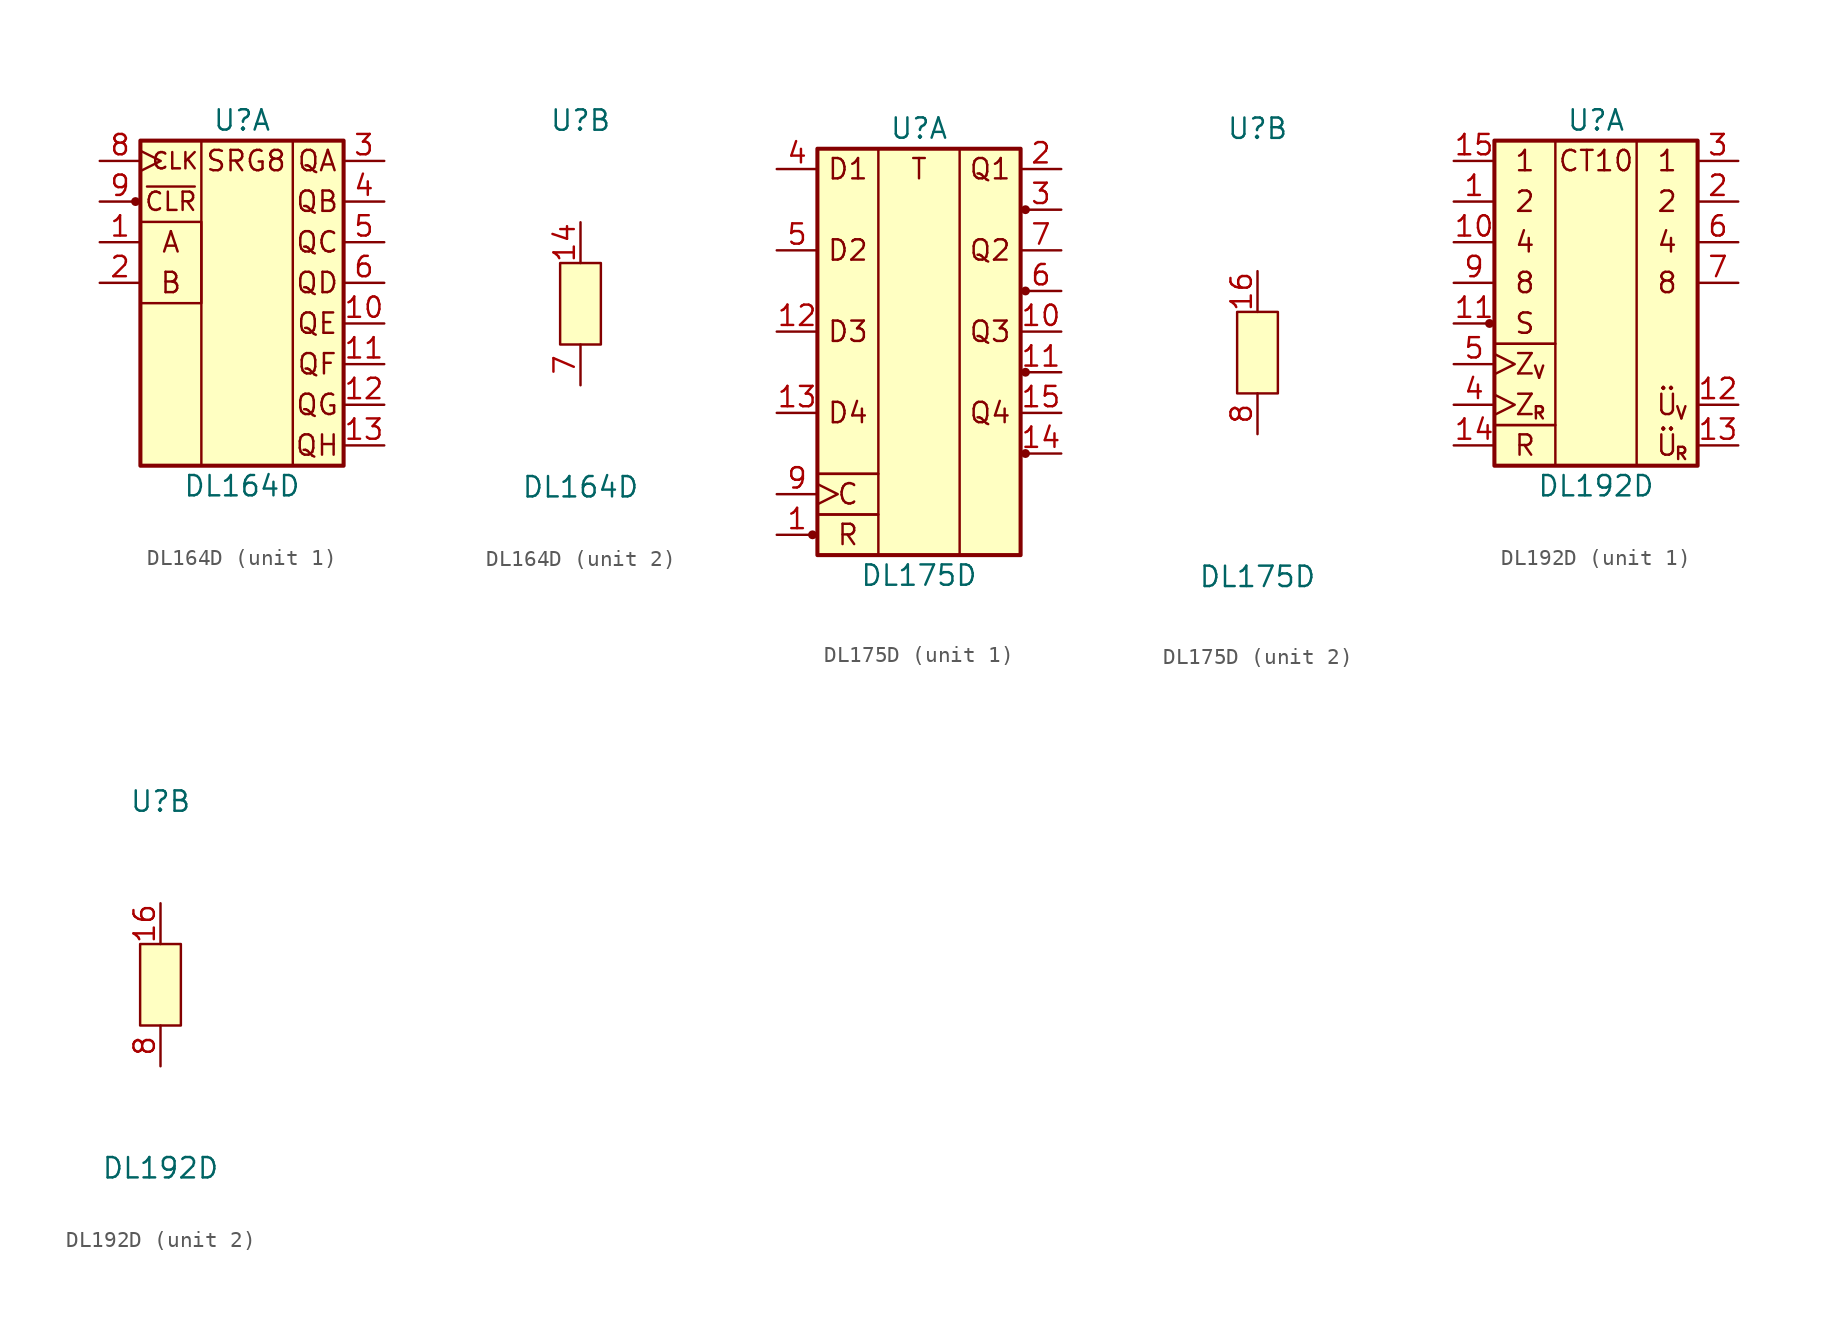
<source format=kicad_sym>
(kicad_symbol_lib
  (version 20211014)
  (generator kicad_symbol_editor)
  (symbol "DL164D"
    (pin_names
      (offset 1.016) hide)
    (property "Reference" "U"
      (at 0 11.43 0)
      (effects (font (size 1.27 1.27))))
    (property "Value" "DL164D"
      (at 0 -11.43 0)
      (effects (font (size 1.27 1.27))))
    (property "ki_locked" ""
      (at 0 0 0)
      (effects (font (size 1.27 1.27))))
    (symbol "DL164D_1_1"
      (circle (center -6.655 6.35) (radius 0.203) (stroke (width 0) (type default) (color 0 0 0 0)) (fill (type outline)))
      (rectangle (start -6.35 5.08) (end -2.54 0) (stroke (width 0) (type default) (color 0 0 0 0)) (fill (type none)))
      (rectangle (start -6.35 10.16) (end 6.35 -10.16) (stroke (width 0.254) (type default) (color 0 0 0 0)) (fill (type background)))
      (rectangle (start 3.175 10.16) (end -2.54 -10.16) (stroke (width 0) (type default) (color 0 0 0 0)) (fill (type none)))
      (text "A" (at -4.445 3.81 0) (effects (font (size 1.27 1.27))))
      (text "B" (at -4.445 1.27 0) (effects (font (size 1.27 1.27))))
      (text "CLK" (at -4.191 8.89 0) (effects (font (size 1.016 1.016))))
      (text "QA" (at 4.699 8.89 0) (effects (font (size 1.27 1.27))))
      (text "QB" (at 4.699 6.35 0) (effects (font (size 1.27 1.27))))
      (text "QC" (at 4.699 3.81 0) (effects (font (size 1.27 1.27))))
      (text "QD" (at 4.699 1.27 0) (effects (font (size 1.27 1.27))))
      (text "QE" (at 4.699 -1.27 0) (effects (font (size 1.27 1.27))))
      (text "QF" (at 4.699 -3.81 0) (effects (font (size 1.27 1.27))))
      (text "QG" (at 4.699 -6.35 0) (effects (font (size 1.27 1.27))))
      (text "QH" (at 4.699 -8.89 0) (effects (font (size 1.27 1.27))))
      (text "SRG8" (at 0.254 8.89 0) (effects (font (size 1.27 1.27))))
      (text "~{CLR}" (at -4.445 6.35 0) (effects (font (size 1.143 1.143))))
      (pin input line (at -8.89 3.81 0) (length 2.54) (name "A" (effects (font (size 1.27 1.27)))) (number "1" (effects (font (size 1.27 1.27)))))
      (pin output line (at 8.89 -1.27 180) (length 2.54) (name "QE" (effects (font (size 1.27 1.27)))) (number "10" (effects (font (size 1.27 1.27)))))
      (pin output line (at 8.89 -3.81 180) (length 2.54) (name "QF" (effects (font (size 1.27 1.27)))) (number "11" (effects (font (size 1.27 1.27)))))
      (pin output line (at 8.89 -6.35 180) (length 2.54) (name "QG" (effects (font (size 1.27 1.27)))) (number "12" (effects (font (size 1.27 1.27)))))
      (pin output line (at 8.89 -8.89 180) (length 2.54) (name "QH" (effects (font (size 1.27 1.27)))) (number "13" (effects (font (size 1.27 1.27)))))
      (pin input line (at -8.89 1.27 0) (length 2.54) (name "B" (effects (font (size 1.27 1.27)))) (number "2" (effects (font (size 1.27 1.27)))))
      (pin output line (at 8.89 8.89 180) (length 2.54) (name "QA" (effects (font (size 1.27 1.27)))) (number "3" (effects (font (size 1.27 1.27)))))
      (pin output line (at 8.89 6.35 180) (length 2.54) (name "QB" (effects (font (size 1.27 1.27)))) (number "4" (effects (font (size 1.27 1.27)))))
      (pin output line (at 8.89 3.81 180) (length 2.54) (name "QC" (effects (font (size 1.27 1.27)))) (number "5" (effects (font (size 1.27 1.27)))))
      (pin output line (at 8.89 1.27 180) (length 2.54) (name "QD" (effects (font (size 1.27 1.27)))) (number "6" (effects (font (size 1.27 1.27)))))
      (pin input clock (at -8.89 8.89 0) (length 2.54) (name "CLK" (effects (font (size 1.27 1.27)))) (number "8" (effects (font (size 1.27 1.27)))))
      (pin input line (at -8.89 6.35 0) (length 2.54) (name "~{CLR}" (effects (font (size 1.27 1.27)))) (number "9" (effects (font (size 1.27 1.27))))))
    (symbol "DL164D_2_1"
      (rectangle (start -1.27 2.54) (end 1.27 -2.54) (stroke (width 0) (type default) (color 0 0 0 0)) (fill (type background)))
      (pin power_in line (at 0 5.08 270) (length 2.54) (name "Vcc" (effects (font (size 1.27 1.27)))) (number "14" (effects (font (size 1.27 1.27)))))
      (pin power_in line (at 0 -5.08 90) (length 2.54) (name "GND" (effects (font (size 1.27 1.27)))) (number "7" (effects (font (size 1.27 1.27)))))))
  (symbol "DL175D"
    (pin_names
      (offset 1.016) hide)
    (property "Reference" "U"
      (at 0 13.97 0)
      (effects (font (size 1.27 1.27))))
    (property "Value" "DL175D"
      (at 0 -13.97 0)
      (effects (font (size 1.27 1.27))))
    (property "ki_locked" ""
      (at 0 0 0)
      (effects (font (size 1.27 1.27))))
    (symbol "DL175D_1_0"
      (text "C" (at -4.445 -8.89 0) (effects (font (size 1.27 1.27))))
      (text "D1" (at -4.445 11.43 0) (effects (font (size 1.27 1.27))))
      (text "D2" (at -4.445 6.35 0) (effects (font (size 1.27 1.27))))
      (text "D3" (at -4.445 1.27 0) (effects (font (size 1.27 1.27))))
      (text "D4" (at -4.445 -3.81 0) (effects (font (size 1.27 1.27))))
      (text "Q1" (at 4.445 11.43 0) (effects (font (size 1.27 1.27))))
      (text "Q2" (at 4.445 6.35 0) (effects (font (size 1.27 1.27))))
      (text "Q3" (at 4.445 1.27 0) (effects (font (size 1.27 1.27))))
      (text "Q4" (at 4.445 -3.81 0) (effects (font (size 1.27 1.27))))
      (text "R" (at -4.445 -11.43 0) (effects (font (size 1.27 1.27))))
      (text "T" (at 0 11.43 0) (effects (font (size 1.27 1.27)))))
    (symbol "DL175D_1_1"
      (circle (center -6.655 -11.43) (radius 0.203) (stroke (width 0) (type default) (color 0 0 0 0)) (fill (type outline)))
      (rectangle (start -6.35 -10.16) (end -2.54 -12.7) (stroke (width 0) (type default) (color 0 0 0 0)) (fill (type none)))
      (rectangle (start -6.35 -7.62) (end -2.54 -10.16) (stroke (width 0) (type default) (color 0 0 0 0)) (fill (type none)))
      (rectangle (start -6.35 12.7) (end -2.54 -7.62) (stroke (width 0) (type default) (color 0 0 0 0)) (fill (type none)))
      (rectangle (start -6.35 12.7) (end 6.35 -12.7) (stroke (width 0.254) (type default) (color 0 0 0 0)) (fill (type background)))
      (rectangle (start 2.54 12.7) (end 6.35 -12.7) (stroke (width 0) (type default) (color 0 0 0 0)) (fill (type none)))
      (circle (center 6.655 -6.35) (radius 0.203) (stroke (width 0) (type default) (color 0 0 0 0)) (fill (type outline)))
      (circle (center 6.655 -1.27) (radius 0.203) (stroke (width 0) (type default) (color 0 0 0 0)) (fill (type outline)))
      (circle (center 6.655 3.81) (radius 0.203) (stroke (width 0) (type default) (color 0 0 0 0)) (fill (type outline)))
      (circle (center 6.655 8.89) (radius 0.203) (stroke (width 0) (type default) (color 0 0 0 0)) (fill (type outline)))
      (pin input line (at -8.89 -11.43 0) (length 2.54) (name "R" (effects (font (size 1.27 1.27)))) (number "1" (effects (font (size 1.27 1.27)))))
      (pin output line (at 8.89 1.27 180) (length 2.54) (name "Q3" (effects (font (size 1.27 1.27)))) (number "10" (effects (font (size 1.27 1.27)))))
      (pin output line (at 8.89 -1.27 180) (length 2.54) (name "~{Q3}" (effects (font (size 1.27 1.27)))) (number "11" (effects (font (size 1.27 1.27)))))
      (pin input line (at -8.89 1.27 0) (length 2.54) (name "D3" (effects (font (size 1.27 1.27)))) (number "12" (effects (font (size 1.27 1.27)))))
      (pin input line (at -8.89 -3.81 0) (length 2.54) (name "D4" (effects (font (size 1.27 1.27)))) (number "13" (effects (font (size 1.27 1.27)))))
      (pin output line (at 8.89 -6.35 180) (length 2.54) (name "~{Q4}" (effects (font (size 1.27 1.27)))) (number "14" (effects (font (size 1.27 1.27)))))
      (pin output line (at 8.89 -3.81 180) (length 2.54) (name "Q4" (effects (font (size 1.27 1.27)))) (number "15" (effects (font (size 1.27 1.27)))))
      (pin output line (at 8.89 11.43 180) (length 2.54) (name "Q1" (effects (font (size 1.27 1.27)))) (number "2" (effects (font (size 1.27 1.27)))))
      (pin output line (at 8.89 8.89 180) (length 2.54) (name "~{Q1}" (effects (font (size 1.27 1.27)))) (number "3" (effects (font (size 1.27 1.27)))))
      (pin input line (at -8.89 11.43 0) (length 2.54) (name "D1" (effects (font (size 1.27 1.27)))) (number "4" (effects (font (size 1.27 1.27)))))
      (pin input line (at -8.89 6.35 0) (length 2.54) (name "D2" (effects (font (size 1.27 1.27)))) (number "5" (effects (font (size 1.27 1.27)))))
      (pin output line (at 8.89 3.81 180) (length 2.54) (name "~{Q2}" (effects (font (size 1.27 1.27)))) (number "6" (effects (font (size 1.27 1.27)))))
      (pin output line (at 8.89 6.35 180) (length 2.54) (name "Q2" (effects (font (size 1.27 1.27)))) (number "7" (effects (font (size 1.27 1.27)))))
      (pin input clock (at -8.89 -8.89 0) (length 2.54) (name "C" (effects (font (size 1.27 1.27)))) (number "9" (effects (font (size 1.27 1.27))))))
    (symbol "DL175D_2_1"
      (rectangle (start -1.27 2.54) (end 1.27 -2.54) (stroke (width 0) (type default) (color 0 0 0 0)) (fill (type background)))
      (pin power_in line (at 0 5.08 270) (length 2.54) (name "Vcc" (effects (font (size 1.27 1.27)))) (number "16" (effects (font (size 1.27 1.27)))))
      (pin power_in line (at 0 -5.08 90) (length 2.54) (name "GND" (effects (font (size 1.27 1.27)))) (number "8" (effects (font (size 1.27 1.27)))))))
  (symbol "DL192D"
    (pin_names
      (offset 1.016) hide)
    (property "Reference" "U"
      (at 0 11.43 0)
      (effects (font (size 1.27 1.27))))
    (property "Value" "DL192D"
      (at 0 -11.43 0)
      (effects (font (size 1.27 1.27))))
    (property "ki_locked" ""
      (at 0 0 0)
      (effects (font (size 1.27 1.27))))
    (symbol "DL192D_1_0"
      (rectangle (start -2.54 -2.54) (end -6.35 -7.62) (stroke (width 0.152) (type default) (color 0 0 0 0)) (fill (type none)))
      (text "1" (at -4.445 8.89 0) (effects (font (size 1.27 1.27))))
      (text "1" (at 4.445 8.89 0) (effects (font (size 1.27 1.27))))
      (text "2" (at -4.445 6.35 0) (effects (font (size 1.27 1.27))))
      (text "2" (at 4.445 6.35 0) (effects (font (size 1.27 1.27))))
      (text "4" (at -4.445 3.81 0) (effects (font (size 1.27 1.27))))
      (text "4" (at 4.445 3.81 0) (effects (font (size 1.27 1.27))))
      (text "8" (at -4.445 1.27 0) (effects (font (size 1.27 1.27))))
      (text "8" (at 4.445 1.27 0) (effects (font (size 1.27 1.27))))
      (text "CT10" (at 0 8.89 0) (effects (font (size 1.27 1.27))))
      (text "R" (at -4.445 -8.89 0) (effects (font (size 1.27 1.27))))
      (text "R" (at -3.556 -6.858 0) (effects (font (size 0.762 0.762))))
      (text "R" (at 5.334 -9.398 0) (effects (font (size 0.762 0.762))))
      (text "S" (at -4.445 -1.27 0) (effects (font (size 1.27 1.27))))
      (text "V" (at -3.556 -4.318 0) (effects (font (size 0.762 0.762))))
      (text "V" (at 5.334 -6.858 0) (effects (font (size 0.762 0.762))))
      (text "Z" (at -4.445 -6.35 0) (effects (font (size 1.27 1.27))))
      (text "Z" (at -4.445 -3.81 0) (effects (font (size 1.27 1.27))))
      (text "Ü" (at 4.445 -8.89 0) (effects (font (size 1.27 1.27))))
      (text "Ü" (at 4.445 -6.35 0) (effects (font (size 1.27 1.27)))))
    (symbol "DL192D_1_1"
      (circle (center -6.655 -1.27) (radius 0.203) (stroke (width 0) (type default) (color 0 0 0 0)) (fill (type outline)))
      (rectangle (start -6.35 -7.62) (end -2.54 -10.16) (stroke (width 0) (type default) (color 0 0 0 0)) (fill (type none)))
      (rectangle (start -6.35 10.16) (end -2.54 -2.54) (stroke (width 0) (type default) (color 0 0 0 0)) (fill (type none)))
      (rectangle (start -6.35 10.16) (end 6.35 -10.16) (stroke (width 0.254) (type default) (color 0 0 0 0)) (fill (type background)))
      (rectangle (start 2.54 10.16) (end 6.35 -10.16) (stroke (width 0) (type default) (color 0 0 0 0)) (fill (type none)))
      (pin input line (at -8.89 6.35 0) (length 2.54) (name "B" (effects (font (size 1.27 1.27)))) (number "1" (effects (font (size 1.27 1.27)))))
      (pin input line (at -8.89 3.81 0) (length 2.54) (name "C" (effects (font (size 1.27 1.27)))) (number "10" (effects (font (size 1.27 1.27)))))
      (pin input line (at -8.89 -1.27 0) (length 2.54) (name "S" (effects (font (size 1.27 1.27)))) (number "11" (effects (font (size 1.27 1.27)))))
      (pin output line (at 8.89 -6.35 180) (length 2.54) (name "ÜV" (effects (font (size 1.27 1.27)))) (number "12" (effects (font (size 1.27 1.27)))))
      (pin output line (at 8.89 -8.89 180) (length 2.54) (name "ÜR" (effects (font (size 1.27 1.27)))) (number "13" (effects (font (size 1.27 1.27)))))
      (pin input line (at -8.89 -8.89 0) (length 2.54) (name "R" (effects (font (size 1.27 1.27)))) (number "14" (effects (font (size 1.27 1.27)))))
      (pin input line (at -8.89 8.89 0) (length 2.54) (name "A" (effects (font (size 1.27 1.27)))) (number "15" (effects (font (size 1.27 1.27)))))
      (pin output line (at 8.89 6.35 180) (length 2.54) (name "QB" (effects (font (size 1.27 1.27)))) (number "2" (effects (font (size 1.27 1.27)))))
      (pin output line (at 8.89 8.89 180) (length 2.54) (name "QA" (effects (font (size 1.27 1.27)))) (number "3" (effects (font (size 1.27 1.27)))))
      (pin input clock (at -8.89 -6.35 0) (length 2.54) (name "TR" (effects (font (size 1.27 1.27)))) (number "4" (effects (font (size 1.27 1.27)))))
      (pin input clock (at -8.89 -3.81 0) (length 2.54) (name "TV" (effects (font (size 1.27 1.27)))) (number "5" (effects (font (size 1.27 1.27)))))
      (pin output line (at 8.89 3.81 180) (length 2.54) (name "QC" (effects (font (size 1.27 1.27)))) (number "6" (effects (font (size 1.27 1.27)))))
      (pin output line (at 8.89 1.27 180) (length 2.54) (name "QD" (effects (font (size 1.27 1.27)))) (number "7" (effects (font (size 1.27 1.27)))))
      (pin input line (at -8.89 1.27 0) (length 2.54) (name "D" (effects (font (size 1.27 1.27)))) (number "9" (effects (font (size 1.27 1.27))))))
    (symbol "DL192D_2_1"
      (rectangle (start -1.27 2.54) (end 1.27 -2.54) (stroke (width 0) (type default) (color 0 0 0 0)) (fill (type background)))
      (pin power_in line (at 0 5.08 270) (length 2.54) (name "Vcc" (effects (font (size 1.27 1.27)))) (number "16" (effects (font (size 1.27 1.27)))))
      (pin power_in line (at 0 -5.08 90) (length 2.54) (name "GND" (effects (font (size 1.27 1.27)))) (number "8" (effects (font (size 1.27 1.27))))))))
</source>
